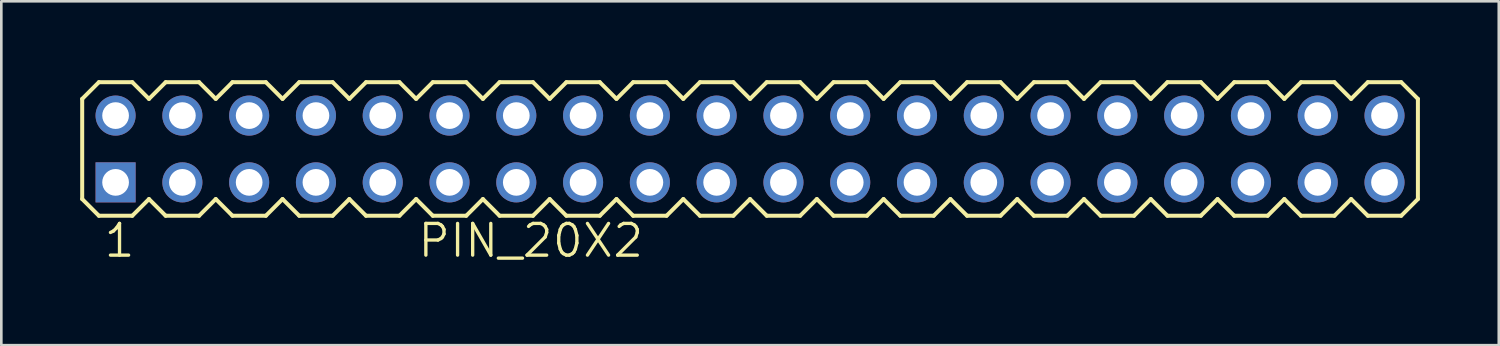
<source format=kicad_pcb>
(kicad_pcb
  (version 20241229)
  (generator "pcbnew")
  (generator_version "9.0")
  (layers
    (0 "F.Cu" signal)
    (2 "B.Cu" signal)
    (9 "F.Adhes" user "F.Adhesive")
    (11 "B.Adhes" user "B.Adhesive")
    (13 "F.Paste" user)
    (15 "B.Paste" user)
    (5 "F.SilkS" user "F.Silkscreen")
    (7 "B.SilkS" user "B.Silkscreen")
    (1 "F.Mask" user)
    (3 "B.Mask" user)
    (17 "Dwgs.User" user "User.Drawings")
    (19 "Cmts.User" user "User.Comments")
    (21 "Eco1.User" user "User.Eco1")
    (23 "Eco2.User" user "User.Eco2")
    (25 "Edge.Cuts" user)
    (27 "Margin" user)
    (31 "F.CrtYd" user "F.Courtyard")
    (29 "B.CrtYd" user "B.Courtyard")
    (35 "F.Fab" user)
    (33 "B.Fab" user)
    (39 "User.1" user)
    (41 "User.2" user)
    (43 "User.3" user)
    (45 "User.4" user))
  (footprint "PIN_20X2"
    (layer "F.Cu")
    (at 25.476 2.616)
    (property "Reference" "PIN_20X2" (at -12.7 4.191 0) (layer "F.SilkS") (effects (font (size 1.206 1.206) (thickness 0.127)) (justify left bottom)))
    (attr through_hole)
    (fp_line (start -25.4 -1.905) (end -25.4 1.905) (stroke (width 0.152) (type solid)) (layer "F.SilkS"))
    (fp_line (start -25.4 1.905) (end -24.765 2.54) (stroke (width 0.152) (type solid)) (layer "F.SilkS"))
    (fp_line (start -24.765 -2.54) (end -25.4 -1.905) (stroke (width 0.152) (type solid)) (layer "F.SilkS"))
    (fp_line (start -24.765 -2.54) (end -23.495 -2.54) (stroke (width 0.152) (type solid)) (layer "F.SilkS"))
    (fp_line (start -23.495 -2.54) (end -22.86 -1.905) (stroke (width 0.152) (type solid)) (layer "F.SilkS"))
    (fp_line (start -23.495 2.54) (end -24.765 2.54) (stroke (width 0.152) (type solid)) (layer "F.SilkS"))
    (fp_line (start -22.86 -1.905) (end -22.225 -2.54) (stroke (width 0.152) (type solid)) (layer "F.SilkS"))
    (fp_line (start -22.86 1.905) (end -23.495 2.54) (stroke (width 0.152) (type solid)) (layer "F.SilkS"))
    (fp_line (start -22.225 -2.54) (end -20.955 -2.54) (stroke (width 0.152) (type solid)) (layer "F.SilkS"))
    (fp_line (start -22.225 2.54) (end -22.86 1.905) (stroke (width 0.152) (type solid)) (layer "F.SilkS"))
    (fp_line (start -20.955 -2.54) (end -20.32 -1.905) (stroke (width 0.152) (type solid)) (layer "F.SilkS"))
    (fp_line (start -20.955 2.54) (end -22.225 2.54) (stroke (width 0.152) (type solid)) (layer "F.SilkS"))
    (fp_line (start -20.32 -1.905) (end -19.685 -2.54) (stroke (width 0.152) (type solid)) (layer "F.SilkS"))
    (fp_line (start -20.32 1.905) (end -20.955 2.54) (stroke (width 0.152) (type solid)) (layer "F.SilkS"))
    (fp_line (start -19.685 -2.54) (end -18.415 -2.54) (stroke (width 0.152) (type solid)) (layer "F.SilkS"))
    (fp_line (start -19.685 2.54) (end -20.32 1.905) (stroke (width 0.152) (type solid)) (layer "F.SilkS"))
    (fp_line (start -18.415 -2.54) (end -17.78 -1.905) (stroke (width 0.152) (type solid)) (layer "F.SilkS"))
    (fp_line (start -18.415 2.54) (end -19.685 2.54) (stroke (width 0.152) (type solid)) (layer "F.SilkS"))
    (fp_line (start -17.78 1.905) (end -18.415 2.54) (stroke (width 0.152) (type solid)) (layer "F.SilkS"))
    (fp_line (start -17.78 1.905) (end -17.145 2.54) (stroke (width 0.152) (type solid)) (layer "F.SilkS"))
    (fp_line (start -17.145 -2.54) (end -17.78 -1.905) (stroke (width 0.152) (type solid)) (layer "F.SilkS"))
    (fp_line (start -17.145 -2.54) (end -15.875 -2.54) (stroke (width 0.152) (type solid)) (layer "F.SilkS"))
    (fp_line (start -15.875 -2.54) (end -15.24 -1.905) (stroke (width 0.152) (type solid)) (layer "F.SilkS"))
    (fp_line (start -15.875 2.54) (end -17.145 2.54) (stroke (width 0.152) (type solid)) (layer "F.SilkS"))
    (fp_line (start -15.24 -1.905) (end -14.605 -2.54) (stroke (width 0.152) (type solid)) (layer "F.SilkS"))
    (fp_line (start -15.24 1.905) (end -15.875 2.54) (stroke (width 0.152) (type solid)) (layer "F.SilkS"))
    (fp_line (start -14.605 -2.54) (end -13.335 -2.54) (stroke (width 0.152) (type solid)) (layer "F.SilkS"))
    (fp_line (start -14.605 2.54) (end -15.24 1.905) (stroke (width 0.152) (type solid)) (layer "F.SilkS"))
    (fp_line (start -13.335 -2.54) (end -12.7 -1.905) (stroke (width 0.152) (type solid)) (layer "F.SilkS"))
    (fp_line (start -13.335 2.54) (end -14.605 2.54) (stroke (width 0.152) (type solid)) (layer "F.SilkS"))
    (fp_line (start -12.7 -1.905) (end -12.065 -2.54) (stroke (width 0.152) (type solid)) (layer "F.SilkS"))
    (fp_line (start -12.7 1.905) (end -13.335 2.54) (stroke (width 0.152) (type solid)) (layer "F.SilkS"))
    (fp_line (start -12.065 -2.54) (end -10.795 -2.54) (stroke (width 0.152) (type solid)) (layer "F.SilkS"))
    (fp_line (start -12.065 2.54) (end -12.7 1.905) (stroke (width 0.152) (type solid)) (layer "F.SilkS"))
    (fp_line (start -10.795 -2.54) (end -10.16 -1.905) (stroke (width 0.152) (type solid)) (layer "F.SilkS"))
    (fp_line (start -10.795 2.54) (end -12.065 2.54) (stroke (width 0.152) (type solid)) (layer "F.SilkS"))
    (fp_line (start -10.16 -1.905) (end -9.525 -2.54) (stroke (width 0.152) (type solid)) (layer "F.SilkS"))
    (fp_line (start -10.16 1.905) (end -10.795 2.54) (stroke (width 0.152) (type solid)) (layer "F.SilkS"))
    (fp_line (start -9.525 -2.54) (end -8.255 -2.54) (stroke (width 0.152) (type solid)) (layer "F.SilkS"))
    (fp_line (start -9.525 2.54) (end -10.16 1.905) (stroke (width 0.152) (type solid)) (layer "F.SilkS"))
    (fp_line (start -8.255 -2.54) (end -7.62 -1.905) (stroke (width 0.152) (type solid)) (layer "F.SilkS"))
    (fp_line (start -8.255 2.54) (end -9.525 2.54) (stroke (width 0.152) (type solid)) (layer "F.SilkS"))
    (fp_line (start -7.62 1.905) (end -8.255 2.54) (stroke (width 0.152) (type solid)) (layer "F.SilkS"))
    (fp_line (start -7.62 1.905) (end -6.985 2.54) (stroke (width 0.152) (type solid)) (layer "F.SilkS"))
    (fp_line (start -6.985 -2.54) (end -7.62 -1.905) (stroke (width 0.152) (type solid)) (layer "F.SilkS"))
    (fp_line (start -6.985 -2.54) (end -5.715 -2.54) (stroke (width 0.152) (type solid)) (layer "F.SilkS"))
    (fp_line (start -5.715 -2.54) (end -5.08 -1.905) (stroke (width 0.152) (type solid)) (layer "F.SilkS"))
    (fp_line (start -5.715 2.54) (end -6.985 2.54) (stroke (width 0.152) (type solid)) (layer "F.SilkS"))
    (fp_line (start -5.08 -1.905) (end -4.445 -2.54) (stroke (width 0.152) (type solid)) (layer "F.SilkS"))
    (fp_line (start -5.08 1.905) (end -5.715 2.54) (stroke (width 0.152) (type solid)) (layer "F.SilkS"))
    (fp_line (start -4.445 -2.54) (end -3.175 -2.54) (stroke (width 0.152) (type solid)) (layer "F.SilkS"))
    (fp_line (start -4.445 2.54) (end -5.08 1.905) (stroke (width 0.152) (type solid)) (layer "F.SilkS"))
    (fp_line (start -3.175 -2.54) (end -2.54 -1.905) (stroke (width 0.152) (type solid)) (layer "F.SilkS"))
    (fp_line (start -3.175 2.54) (end -4.445 2.54) (stroke (width 0.152) (type solid)) (layer "F.SilkS"))
    (fp_line (start -2.54 -1.905) (end -1.905 -2.54) (stroke (width 0.152) (type solid)) (layer "F.SilkS"))
    (fp_line (start -2.54 1.905) (end -3.175 2.54) (stroke (width 0.152) (type solid)) (layer "F.SilkS"))
    (fp_line (start -1.905 -2.54) (end -0.635 -2.54) (stroke (width 0.152) (type solid)) (layer "F.SilkS"))
    (fp_line (start -1.905 2.54) (end -2.54 1.905) (stroke (width 0.152) (type solid)) (layer "F.SilkS"))
    (fp_line (start -0.635 -2.54) (end 0 -1.905) (stroke (width 0.152) (type solid)) (layer "F.SilkS"))
    (fp_line (start -0.635 2.54) (end -1.905 2.54) (stroke (width 0.152) (type solid)) (layer "F.SilkS"))
    (fp_line (start 0 1.905) (end -0.635 2.54) (stroke (width 0.152) (type solid)) (layer "F.SilkS"))
    (fp_line (start 0 1.905) (end 0.635 2.54) (stroke (width 0.152) (type solid)) (layer "F.SilkS"))
    (fp_line (start 0.635 -2.54) (end 0 -1.905) (stroke (width 0.152) (type solid)) (layer "F.SilkS"))
    (fp_line (start 0.635 -2.54) (end 1.905 -2.54) (stroke (width 0.152) (type solid)) (layer "F.SilkS"))
    (fp_line (start 1.905 -2.54) (end 2.54 -1.905) (stroke (width 0.152) (type solid)) (layer "F.SilkS"))
    (fp_line (start 1.905 2.54) (end 0.635 2.54) (stroke (width 0.152) (type solid)) (layer "F.SilkS"))
    (fp_line (start 2.54 -1.905) (end 3.175 -2.54) (stroke (width 0.152) (type solid)) (layer "F.SilkS"))
    (fp_line (start 2.54 1.905) (end 1.905 2.54) (stroke (width 0.152) (type solid)) (layer "F.SilkS"))
    (fp_line (start 3.175 -2.54) (end 4.445 -2.54) (stroke (width 0.152) (type solid)) (layer "F.SilkS"))
    (fp_line (start 3.175 2.54) (end 2.54 1.905) (stroke (width 0.152) (type solid)) (layer "F.SilkS"))
    (fp_line (start 4.445 -2.54) (end 5.08 -1.905) (stroke (width 0.152) (type solid)) (layer "F.SilkS"))
    (fp_line (start 4.445 2.54) (end 3.175 2.54) (stroke (width 0.152) (type solid)) (layer "F.SilkS"))
    (fp_line (start 5.08 -1.905) (end 5.715 -2.54) (stroke (width 0.152) (type solid)) (layer "F.SilkS"))
    (fp_line (start 5.08 1.905) (end 4.445 2.54) (stroke (width 0.152) (type solid)) (layer "F.SilkS"))
    (fp_line (start 5.715 -2.54) (end 6.985 -2.54) (stroke (width 0.152) (type solid)) (layer "F.SilkS"))
    (fp_line (start 5.715 2.54) (end 5.08 1.905) (stroke (width 0.152) (type solid)) (layer "F.SilkS"))
    (fp_line (start 6.985 -2.54) (end 7.62 -1.905) (stroke (width 0.152) (type solid)) (layer "F.SilkS"))
    (fp_line (start 6.985 2.54) (end 5.715 2.54) (stroke (width 0.152) (type solid)) (layer "F.SilkS"))
    (fp_line (start 7.62 -1.905) (end 8.255 -2.54) (stroke (width 0.152) (type solid)) (layer "F.SilkS"))
    (fp_line (start 7.62 1.905) (end 6.985 2.54) (stroke (width 0.152) (type solid)) (layer "F.SilkS"))
    (fp_line (start 8.255 -2.54) (end 9.525 -2.54) (stroke (width 0.152) (type solid)) (layer "F.SilkS"))
    (fp_line (start 8.255 2.54) (end 7.62 1.905) (stroke (width 0.152) (type solid)) (layer "F.SilkS"))
    (fp_line (start 9.525 -2.54) (end 10.16 -1.905) (stroke (width 0.152) (type solid)) (layer "F.SilkS"))
    (fp_line (start 9.525 2.54) (end 8.255 2.54) (stroke (width 0.152) (type solid)) (layer "F.SilkS"))
    (fp_line (start 10.16 1.905) (end 9.525 2.54) (stroke (width 0.152) (type solid)) (layer "F.SilkS"))
    (fp_line (start 10.16 1.905) (end 10.795 2.54) (stroke (width 0.152) (type solid)) (layer "F.SilkS"))
    (fp_line (start 10.795 -2.54) (end 10.16 -1.905) (stroke (width 0.152) (type solid)) (layer "F.SilkS"))
    (fp_line (start 10.795 -2.54) (end 12.065 -2.54) (stroke (width 0.152) (type solid)) (layer "F.SilkS"))
    (fp_line (start 12.065 -2.54) (end 12.7 -1.905) (stroke (width 0.152) (type solid)) (layer "F.SilkS"))
    (fp_line (start 12.065 2.54) (end 10.795 2.54) (stroke (width 0.152) (type solid)) (layer "F.SilkS"))
    (fp_line (start 12.7 -1.905) (end 13.335 -2.54) (stroke (width 0.152) (type solid)) (layer "F.SilkS"))
    (fp_line (start 12.7 1.905) (end 12.065 2.54) (stroke (width 0.152) (type solid)) (layer "F.SilkS"))
    (fp_line (start 13.335 -2.54) (end 14.605 -2.54) (stroke (width 0.152) (type solid)) (layer "F.SilkS"))
    (fp_line (start 13.335 2.54) (end 12.7 1.905) (stroke (width 0.152) (type solid)) (layer "F.SilkS"))
    (fp_line (start 14.605 -2.54) (end 15.24 -1.905) (stroke (width 0.152) (type solid)) (layer "F.SilkS"))
    (fp_line (start 14.605 2.54) (end 13.335 2.54) (stroke (width 0.152) (type solid)) (layer "F.SilkS"))
    (fp_line (start 15.24 -1.905) (end 15.875 -2.54) (stroke (width 0.152) (type solid)) (layer "F.SilkS"))
    (fp_line (start 15.24 1.905) (end 14.605 2.54) (stroke (width 0.152) (type solid)) (layer "F.SilkS"))
    (fp_line (start 15.875 -2.54) (end 17.145 -2.54) (stroke (width 0.152) (type solid)) (layer "F.SilkS"))
    (fp_line (start 15.875 2.54) (end 15.24 1.905) (stroke (width 0.152) (type solid)) (layer "F.SilkS"))
    (fp_line (start 17.145 -2.54) (end 17.78 -1.905) (stroke (width 0.152) (type solid)) (layer "F.SilkS"))
    (fp_line (start 17.145 2.54) (end 15.875 2.54) (stroke (width 0.152) (type solid)) (layer "F.SilkS"))
    (fp_line (start 17.78 1.905) (end 17.145 2.54) (stroke (width 0.152) (type solid)) (layer "F.SilkS"))
    (fp_line (start 17.78 1.905) (end 18.415 2.54) (stroke (width 0.152) (type solid)) (layer "F.SilkS"))
    (fp_line (start 18.415 -2.54) (end 17.78 -1.905) (stroke (width 0.152) (type solid)) (layer "F.SilkS"))
    (fp_line (start 18.415 -2.54) (end 19.685 -2.54) (stroke (width 0.152) (type solid)) (layer "F.SilkS"))
    (fp_line (start 19.685 -2.54) (end 20.32 -1.905) (stroke (width 0.152) (type solid)) (layer "F.SilkS"))
    (fp_line (start 19.685 2.54) (end 18.415 2.54) (stroke (width 0.152) (type solid)) (layer "F.SilkS"))
    (fp_line (start 20.32 -1.905) (end 20.955 -2.54) (stroke (width 0.152) (type solid)) (layer "F.SilkS"))
    (fp_line (start 20.32 1.905) (end 19.685 2.54) (stroke (width 0.152) (type solid)) (layer "F.SilkS"))
    (fp_line (start 20.955 -2.54) (end 22.225 -2.54) (stroke (width 0.152) (type solid)) (layer "F.SilkS"))
    (fp_line (start 20.955 2.54) (end 20.32 1.905) (stroke (width 0.152) (type solid)) (layer "F.SilkS"))
    (fp_line (start 22.225 -2.54) (end 22.86 -1.905) (stroke (width 0.152) (type solid)) (layer "F.SilkS"))
    (fp_line (start 22.225 2.54) (end 20.955 2.54) (stroke (width 0.152) (type solid)) (layer "F.SilkS"))
    (fp_line (start 22.86 -1.905) (end 23.495 -2.54) (stroke (width 0.152) (type solid)) (layer "F.SilkS"))
    (fp_line (start 22.86 1.905) (end 22.225 2.54) (stroke (width 0.152) (type solid)) (layer "F.SilkS"))
    (fp_line (start 23.495 -2.54) (end 24.765 -2.54) (stroke (width 0.152) (type solid)) (layer "F.SilkS"))
    (fp_line (start 23.495 2.54) (end 22.86 1.905) (stroke (width 0.152) (type solid)) (layer "F.SilkS"))
    (fp_line (start 24.765 -2.54) (end 25.4 -1.905) (stroke (width 0.152) (type solid)) (layer "F.SilkS"))
    (fp_line (start 24.765 2.54) (end 23.495 2.54) (stroke (width 0.152) (type solid)) (layer "F.SilkS"))
    (fp_line (start 25.4 -1.905) (end 25.4 1.905) (stroke (width 0.152) (type solid)) (layer "F.SilkS"))
    (fp_line (start 25.4 1.905) (end 24.765 2.54) (stroke (width 0.152) (type solid)) (layer "F.SilkS"))
    (fp_poly (pts (xy -24.384 -1.016) (xy -23.876 -1.016) (xy -23.876 -1.524) (xy -24.384 -1.524)) (stroke (width 0.15) (type solid)) (fill no) (layer "Dwgs.User"))
    (fp_poly (pts (xy -24.384 1.524) (xy -23.876 1.524) (xy -23.876 1.016) (xy -24.384 1.016)) (stroke (width 0.15) (type solid)) (fill no) (layer "Dwgs.User"))
    (fp_poly (pts (xy -21.844 -1.016) (xy -21.336 -1.016) (xy -21.336 -1.524) (xy -21.844 -1.524)) (stroke (width 0.15) (type solid)) (fill no) (layer "Dwgs.User"))
    (fp_poly (pts (xy -21.844 1.524) (xy -21.336 1.524) (xy -21.336 1.016) (xy -21.844 1.016)) (stroke (width 0.15) (type solid)) (fill no) (layer "Dwgs.User"))
    (fp_poly (pts (xy -19.304 -1.016) (xy -18.796 -1.016) (xy -18.796 -1.524) (xy -19.304 -1.524)) (stroke (width 0.15) (type solid)) (fill no) (layer "Dwgs.User"))
    (fp_poly (pts (xy -19.304 1.524) (xy -18.796 1.524) (xy -18.796 1.016) (xy -19.304 1.016)) (stroke (width 0.15) (type solid)) (fill no) (layer "Dwgs.User"))
    (fp_poly (pts (xy -16.764 -1.016) (xy -16.256 -1.016) (xy -16.256 -1.524) (xy -16.764 -1.524)) (stroke (width 0.15) (type solid)) (fill no) (layer "Dwgs.User"))
    (fp_poly (pts (xy -16.764 1.524) (xy -16.256 1.524) (xy -16.256 1.016) (xy -16.764 1.016)) (stroke (width 0.15) (type solid)) (fill no) (layer "Dwgs.User"))
    (fp_poly (pts (xy -14.224 -1.016) (xy -13.716 -1.016) (xy -13.716 -1.524) (xy -14.224 -1.524)) (stroke (width 0.15) (type solid)) (fill no) (layer "Dwgs.User"))
    (fp_poly (pts (xy -14.224 1.524) (xy -13.716 1.524) (xy -13.716 1.016) (xy -14.224 1.016)) (stroke (width 0.15) (type solid)) (fill no) (layer "Dwgs.User"))
    (fp_poly (pts (xy -11.684 -1.016) (xy -11.176 -1.016) (xy -11.176 -1.524) (xy -11.684 -1.524)) (stroke (width 0.15) (type solid)) (fill no) (layer "Dwgs.User"))
    (fp_poly (pts (xy -11.684 1.524) (xy -11.176 1.524) (xy -11.176 1.016) (xy -11.684 1.016)) (stroke (width 0.15) (type solid)) (fill no) (layer "Dwgs.User"))
    (fp_poly (pts (xy -9.144 -1.016) (xy -8.636 -1.016) (xy -8.636 -1.524) (xy -9.144 -1.524)) (stroke (width 0.15) (type solid)) (fill no) (layer "Dwgs.User"))
    (fp_poly (pts (xy -9.144 1.524) (xy -8.636 1.524) (xy -8.636 1.016) (xy -9.144 1.016)) (stroke (width 0.15) (type solid)) (fill no) (layer "Dwgs.User"))
    (fp_poly (pts (xy -6.604 -1.016) (xy -6.096 -1.016) (xy -6.096 -1.524) (xy -6.604 -1.524)) (stroke (width 0.15) (type solid)) (fill no) (layer "Dwgs.User"))
    (fp_poly (pts (xy -6.604 1.524) (xy -6.096 1.524) (xy -6.096 1.016) (xy -6.604 1.016)) (stroke (width 0.15) (type solid)) (fill no) (layer "Dwgs.User"))
    (fp_poly (pts (xy -4.064 -1.016) (xy -3.556 -1.016) (xy -3.556 -1.524) (xy -4.064 -1.524)) (stroke (width 0.15) (type solid)) (fill no) (layer "Dwgs.User"))
    (fp_poly (pts (xy -4.064 1.524) (xy -3.556 1.524) (xy -3.556 1.016) (xy -4.064 1.016)) (stroke (width 0.15) (type solid)) (fill no) (layer "Dwgs.User"))
    (fp_poly (pts (xy -1.524 -1.016) (xy -1.016 -1.016) (xy -1.016 -1.524) (xy -1.524 -1.524)) (stroke (width 0.15) (type solid)) (fill no) (layer "Dwgs.User"))
    (fp_poly (pts (xy -1.524 1.524) (xy -1.016 1.524) (xy -1.016 1.016) (xy -1.524 1.016)) (stroke (width 0.15) (type solid)) (fill no) (layer "Dwgs.User"))
    (fp_poly (pts (xy 1.016 -1.016) (xy 1.524 -1.016) (xy 1.524 -1.524) (xy 1.016 -1.524)) (stroke (width 0.15) (type solid)) (fill no) (layer "Dwgs.User"))
    (fp_poly (pts (xy 1.016 1.524) (xy 1.524 1.524) (xy 1.524 1.016) (xy 1.016 1.016)) (stroke (width 0.15) (type solid)) (fill no) (layer "Dwgs.User"))
    (fp_poly (pts (xy 3.556 -1.016) (xy 4.064 -1.016) (xy 4.064 -1.524) (xy 3.556 -1.524)) (stroke (width 0.15) (type solid)) (fill no) (layer "Dwgs.User"))
    (fp_poly (pts (xy 3.556 1.524) (xy 4.064 1.524) (xy 4.064 1.016) (xy 3.556 1.016)) (stroke (width 0.15) (type solid)) (fill no) (layer "Dwgs.User"))
    (fp_poly (pts (xy 6.096 -1.016) (xy 6.604 -1.016) (xy 6.604 -1.524) (xy 6.096 -1.524)) (stroke (width 0.15) (type solid)) (fill no) (layer "Dwgs.User"))
    (fp_poly (pts (xy 6.096 1.524) (xy 6.604 1.524) (xy 6.604 1.016) (xy 6.096 1.016)) (stroke (width 0.15) (type solid)) (fill no) (layer "Dwgs.User"))
    (fp_poly (pts (xy 8.636 -1.016) (xy 9.144 -1.016) (xy 9.144 -1.524) (xy 8.636 -1.524)) (stroke (width 0.15) (type solid)) (fill no) (layer "Dwgs.User"))
    (fp_poly (pts (xy 8.636 1.524) (xy 9.144 1.524) (xy 9.144 1.016) (xy 8.636 1.016)) (stroke (width 0.15) (type solid)) (fill no) (layer "Dwgs.User"))
    (fp_poly (pts (xy 11.176 -1.016) (xy 11.684 -1.016) (xy 11.684 -1.524) (xy 11.176 -1.524)) (stroke (width 0.15) (type solid)) (fill no) (layer "Dwgs.User"))
    (fp_poly (pts (xy 11.176 1.524) (xy 11.684 1.524) (xy 11.684 1.016) (xy 11.176 1.016)) (stroke (width 0.15) (type solid)) (fill no) (layer "Dwgs.User"))
    (fp_poly (pts (xy 13.716 -1.016) (xy 14.224 -1.016) (xy 14.224 -1.524) (xy 13.716 -1.524)) (stroke (width 0.15) (type solid)) (fill no) (layer "Dwgs.User"))
    (fp_poly (pts (xy 13.716 1.524) (xy 14.224 1.524) (xy 14.224 1.016) (xy 13.716 1.016)) (stroke (width 0.15) (type solid)) (fill no) (layer "Dwgs.User"))
    (fp_poly (pts (xy 16.256 -1.016) (xy 16.764 -1.016) (xy 16.764 -1.524) (xy 16.256 -1.524)) (stroke (width 0.15) (type solid)) (fill no) (layer "Dwgs.User"))
    (fp_poly (pts (xy 16.256 1.524) (xy 16.764 1.524) (xy 16.764 1.016) (xy 16.256 1.016)) (stroke (width 0.15) (type solid)) (fill no) (layer "Dwgs.User"))
    (fp_poly (pts (xy 18.796 -1.016) (xy 19.304 -1.016) (xy 19.304 -1.524) (xy 18.796 -1.524)) (stroke (width 0.15) (type solid)) (fill no) (layer "Dwgs.User"))
    (fp_poly (pts (xy 18.796 1.524) (xy 19.304 1.524) (xy 19.304 1.016) (xy 18.796 1.016)) (stroke (width 0.15) (type solid)) (fill no) (layer "Dwgs.User"))
    (fp_poly (pts (xy 21.336 -1.016) (xy 21.844 -1.016) (xy 21.844 -1.524) (xy 21.336 -1.524)) (stroke (width 0.15) (type solid)) (fill no) (layer "Dwgs.User"))
    (fp_poly (pts (xy 21.336 1.524) (xy 21.844 1.524) (xy 21.844 1.016) (xy 21.336 1.016)) (stroke (width 0.15) (type solid)) (fill no) (layer "Dwgs.User"))
    (fp_poly (pts (xy 23.876 -1.016) (xy 24.384 -1.016) (xy 24.384 -1.524) (xy 23.876 -1.524)) (stroke (width 0.15) (type solid)) (fill no) (layer "Dwgs.User"))
    (fp_poly (pts (xy 23.876 1.524) (xy 24.384 1.524) (xy 24.384 1.016) (xy 23.876 1.016)) (stroke (width 0.15) (type solid)) (fill no) (layer "Dwgs.User"))
    (fp_text user "1" (at -24.638 4.191 0) (layer "F.SilkS") (effects (font (size 1.206 1.206) (thickness 0.127)) (justify left bottom)))
    (pad "1" thru_hole rect (at -24.13 1.27) (size 1.524 1.524) (drill 1.016) (layers "*.Cu" "*.Mask"))
    (pad "2" thru_hole circle (at -24.13 -1.27) (size 1.524 1.524) (drill 1.016) (layers "*.Cu" "*.Mask"))
    (pad "3" thru_hole circle (at -21.59 1.27) (size 1.524 1.524) (drill 1.016) (layers "*.Cu" "*.Mask"))
    (pad "4" thru_hole circle (at -21.59 -1.27) (size 1.524 1.524) (drill 1.016) (layers "*.Cu" "*.Mask"))
    (pad "5" thru_hole circle (at -19.05 1.27) (size 1.524 1.524) (drill 1.016) (layers "*.Cu" "*.Mask"))
    (pad "6" thru_hole circle (at -19.05 -1.27) (size 1.524 1.524) (drill 1.016) (layers "*.Cu" "*.Mask"))
    (pad "7" thru_hole circle (at -16.51 1.27) (size 1.524 1.524) (drill 1.016) (layers "*.Cu" "*.Mask"))
    (pad "8" thru_hole circle (at -16.51 -1.27) (size 1.524 1.524) (drill 1.016) (layers "*.Cu" "*.Mask"))
    (pad "9" thru_hole circle (at -13.97 1.27) (size 1.524 1.524) (drill 1.016) (layers "*.Cu" "*.Mask"))
    (pad "10" thru_hole circle (at -13.97 -1.27) (size 1.524 1.524) (drill 1.016) (layers "*.Cu" "*.Mask"))
    (pad "11" thru_hole circle (at -11.43 1.27) (size 1.524 1.524) (drill 1.016) (layers "*.Cu" "*.Mask"))
    (pad "12" thru_hole circle (at -11.43 -1.27) (size 1.524 1.524) (drill 1.016) (layers "*.Cu" "*.Mask"))
    (pad "13" thru_hole circle (at -8.89 1.27) (size 1.524 1.524) (drill 1.016) (layers "*.Cu" "*.Mask"))
    (pad "14" thru_hole circle (at -8.89 -1.27) (size 1.524 1.524) (drill 1.016) (layers "*.Cu" "*.Mask"))
    (pad "15" thru_hole circle (at -6.35 1.27) (size 1.524 1.524) (drill 1.016) (layers "*.Cu" "*.Mask"))
    (pad "16" thru_hole circle (at -6.35 -1.27) (size 1.524 1.524) (drill 1.016) (layers "*.Cu" "*.Mask"))
    (pad "17" thru_hole circle (at -3.81 1.27) (size 1.524 1.524) (drill 1.016) (layers "*.Cu" "*.Mask"))
    (pad "18" thru_hole circle (at -3.81 -1.27) (size 1.524 1.524) (drill 1.016) (layers "*.Cu" "*.Mask"))
    (pad "19" thru_hole circle (at -1.27 1.27) (size 1.524 1.524) (drill 1.016) (layers "*.Cu" "*.Mask"))
    (pad "20" thru_hole circle (at -1.27 -1.27) (size 1.524 1.524) (drill 1.016) (layers "*.Cu" "*.Mask"))
    (pad "21" thru_hole circle (at 1.27 1.27) (size 1.524 1.524) (drill 1.016) (layers "*.Cu" "*.Mask"))
    (pad "22" thru_hole circle (at 1.27 -1.27) (size 1.524 1.524) (drill 1.016) (layers "*.Cu" "*.Mask"))
    (pad "23" thru_hole circle (at 3.81 1.27) (size 1.524 1.524) (drill 1.016) (layers "*.Cu" "*.Mask"))
    (pad "24" thru_hole circle (at 3.81 -1.27) (size 1.524 1.524) (drill 1.016) (layers "*.Cu" "*.Mask"))
    (pad "25" thru_hole circle (at 6.35 1.27) (size 1.524 1.524) (drill 1.016) (layers "*.Cu" "*.Mask"))
    (pad "26" thru_hole circle (at 6.35 -1.27) (size 1.524 1.524) (drill 1.016) (layers "*.Cu" "*.Mask"))
    (pad "27" thru_hole circle (at 8.89 1.27) (size 1.524 1.524) (drill 1.016) (layers "*.Cu" "*.Mask"))
    (pad "28" thru_hole circle (at 8.89 -1.27) (size 1.524 1.524) (drill 1.016) (layers "*.Cu" "*.Mask"))
    (pad "29" thru_hole circle (at 11.43 1.27) (size 1.524 1.524) (drill 1.016) (layers "*.Cu" "*.Mask"))
    (pad "30" thru_hole circle (at 11.43 -1.27) (size 1.524 1.524) (drill 1.016) (layers "*.Cu" "*.Mask"))
    (pad "31" thru_hole circle (at 13.97 1.27) (size 1.524 1.524) (drill 1.016) (layers "*.Cu" "*.Mask"))
    (pad "32" thru_hole circle (at 13.97 -1.27) (size 1.524 1.524) (drill 1.016) (layers "*.Cu" "*.Mask"))
    (pad "33" thru_hole circle (at 16.51 1.27) (size 1.524 1.524) (drill 1.016) (layers "*.Cu" "*.Mask"))
    (pad "34" thru_hole circle (at 16.51 -1.27) (size 1.524 1.524) (drill 1.016) (layers "*.Cu" "*.Mask"))
    (pad "35" thru_hole circle (at 19.05 1.27) (size 1.524 1.524) (drill 1.016) (layers "*.Cu" "*.Mask"))
    (pad "36" thru_hole circle (at 19.05 -1.27) (size 1.524 1.524) (drill 1.016) (layers "*.Cu" "*.Mask"))
    (pad "37" thru_hole circle (at 21.59 1.27) (size 1.524 1.524) (drill 1.016) (layers "*.Cu" "*.Mask"))
    (pad "38" thru_hole circle (at 21.59 -1.27) (size 1.524 1.524) (drill 1.016) (layers "*.Cu" "*.Mask"))
    (pad "39" thru_hole circle (at 24.13 1.27) (size 1.524 1.524) (drill 1.016) (layers "*.Cu" "*.Mask"))
    (pad "40" thru_hole circle (at 24.13 -1.27) (size 1.524 1.524) (drill 1.016) (layers "*.Cu" "*.Mask")))
  (gr_rect
    (start -3 -3)
    (end 53.952 10.077)
    (stroke (width 0.1) (type default))
    (fill no)
    (layer "Edge.Cuts")))
</source>
